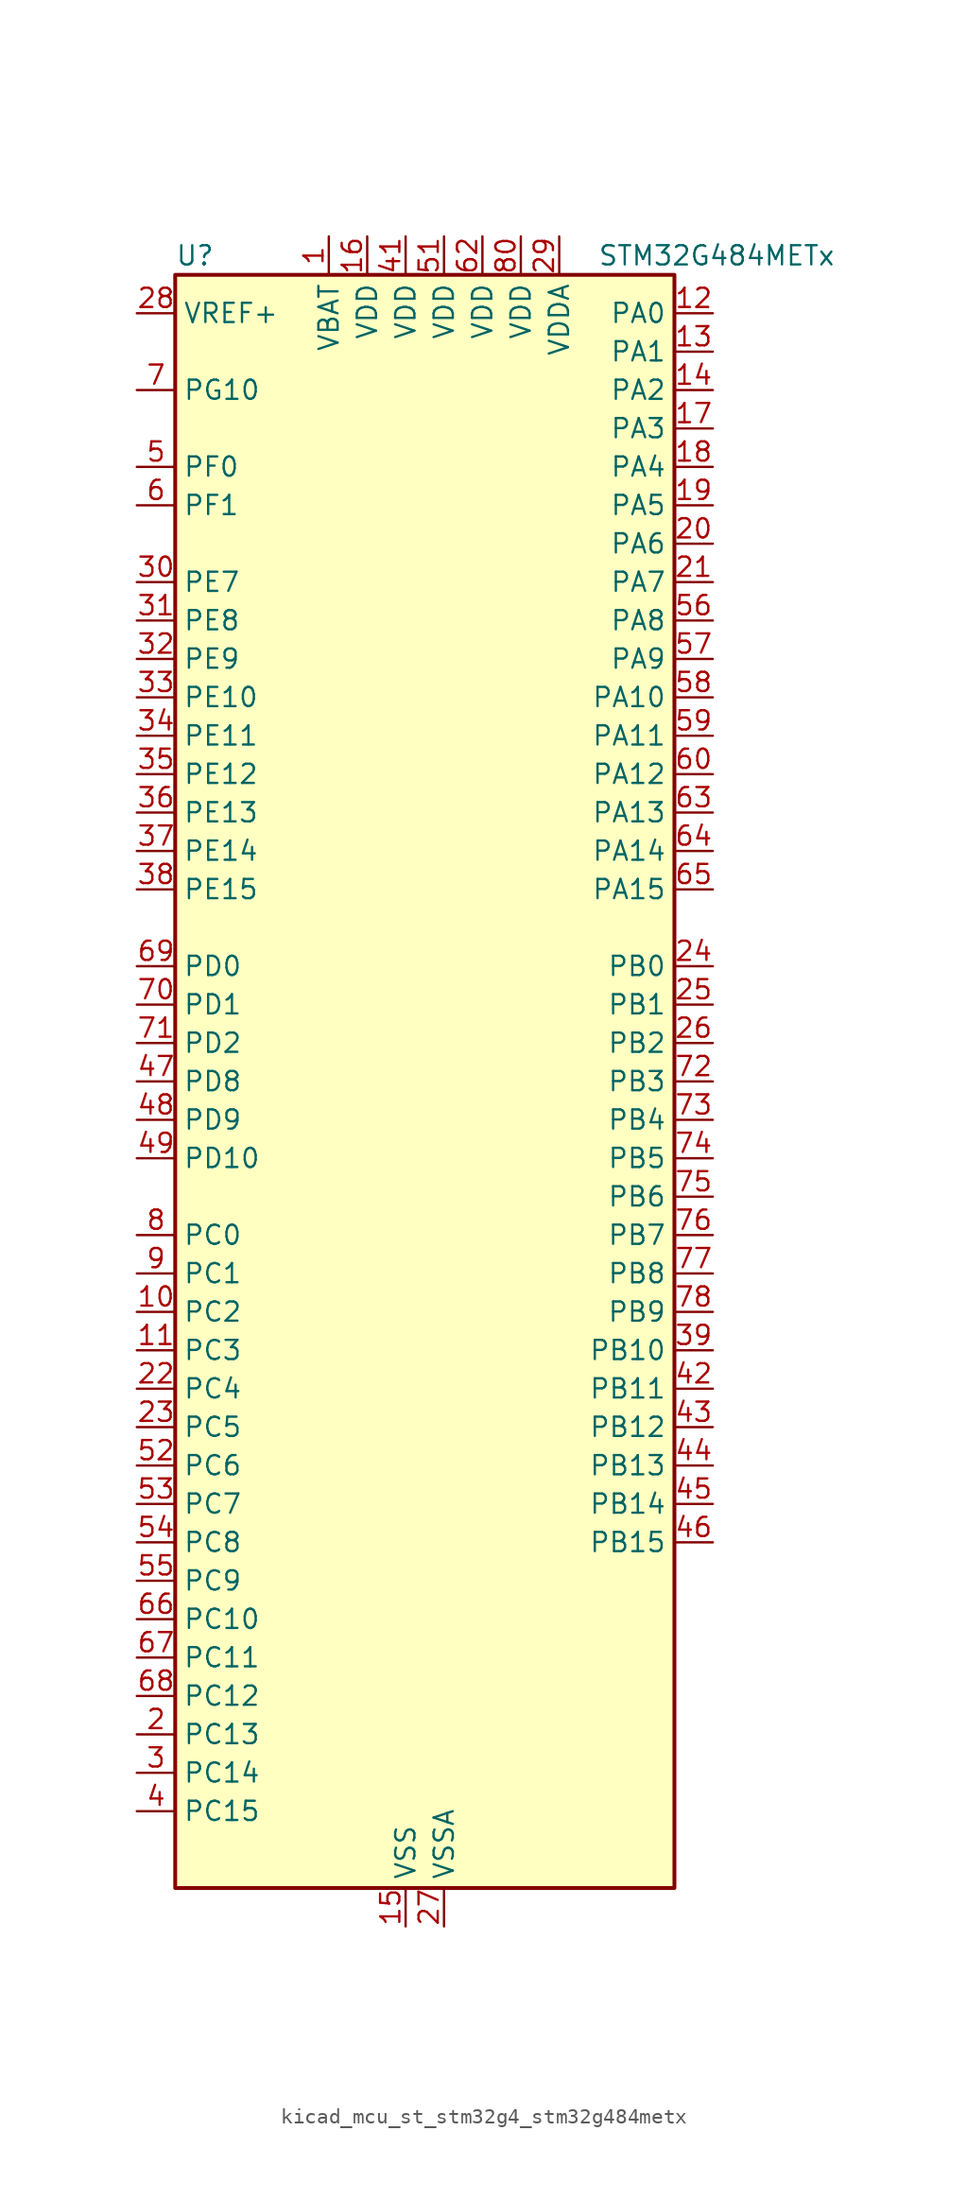
<source format=kicad_sym>
(kicad_symbol_lib
  (version 20220914)
  (generator kicad_symbol_editor)
  (symbol "kicad_mcu_st_stm32g4_stm32g484metx"
    (property "Reference" "U"
      (at -15.24 54.61 0)
      (effects (font (size 1.27 1.27)) (justify left)))
    (property "Value" "STM32G484METx"
      (at 12.7 54.61 0)
      (effects (font (size 1.27 1.27)) (justify left)))
    (property "ki_locked" ""
      (at 0 0 0)
      (effects (font (size 1.27 1.27))))
    (symbol "kicad_mcu_st_stm32g4_stm32g484metx_0_1"
      (rectangle (start -15.24 -53.34) (end 17.78 53.34) (stroke (width 0.254) (type default)) (fill (type background))))
    (symbol "kicad_mcu_st_stm32g4_stm32g484metx_1_1"
      (pin power_in line (at -5.08 55.88 270) (length 2.54) (name "VBAT" (effects (font (size 1.27 1.27)))) (number "1" (effects (font (size 1.27 1.27)))))
      (pin bidirectional line (at -17.78 -15.24 0) (length 2.54) (name "PC2" (effects (font (size 1.27 1.27)))) (number "10" (effects (font (size 1.27 1.27)))) (alternate "ADC1_IN8" bidirectional line) (alternate "ADC2_IN8" bidirectional line) (alternate "ADC3_EXTI2" bidirectional line) (alternate "ADC4_EXTI2" bidirectional line) (alternate "ADC5_EXTI2" bidirectional line) (alternate "COMP3_OUT" bidirectional line) (alternate "LPTIM1_IN2" bidirectional line) (alternate "QUADSPI1_BK2_IO1" bidirectional line) (alternate "TIM1_CH3" bidirectional line) (alternate "TIM20_CH2" bidirectional line))
      (pin bidirectional line (at -17.78 -17.78 0) (length 2.54) (name "PC3" (effects (font (size 1.27 1.27)))) (number "11" (effects (font (size 1.27 1.27)))) (alternate "ADC1_IN9" bidirectional line) (alternate "ADC2_IN9" bidirectional line) (alternate "ADC3_EXTI3" bidirectional line) (alternate "ADC4_EXTI3" bidirectional line) (alternate "ADC5_EXTI3" bidirectional line) (alternate "LPTIM1_ETR" bidirectional line) (alternate "OPAMP5_VINP" bidirectional line) (alternate "OPAMP5_VINP_SEC" bidirectional line) (alternate "QUADSPI1_BK2_IO2" bidirectional line) (alternate "SAI1_D1" bidirectional line) (alternate "SAI1_SD_A" bidirectional line) (alternate "TIM1_BKIN2" bidirectional line) (alternate "TIM1_CH4" bidirectional line))
      (pin bidirectional line (at 20.32 50.8 180) (length 2.54) (name "PA0" (effects (font (size 1.27 1.27)))) (number "12" (effects (font (size 1.27 1.27)))) (alternate "ADC1_IN1" bidirectional line) (alternate "ADC2_IN1" bidirectional line) (alternate "COMP1_INM" bidirectional line) (alternate "COMP1_OUT" bidirectional line) (alternate "COMP3_INP" bidirectional line) (alternate "RTC_TAMP2" bidirectional line) (alternate "SYS_WKUP1" bidirectional line) (alternate "TIM2_CH1" bidirectional line) (alternate "TIM2_ETR" bidirectional line) (alternate "TIM5_CH1" bidirectional line) (alternate "TIM8_BKIN" bidirectional line) (alternate "TIM8_ETR" bidirectional line) (alternate "USART2_CTS" bidirectional line) (alternate "USART2_NSS" bidirectional line))
      (pin bidirectional line (at 20.32 48.26 180) (length 2.54) (name "PA1" (effects (font (size 1.27 1.27)))) (number "13" (effects (font (size 1.27 1.27)))) (alternate "ADC1_IN2" bidirectional line) (alternate "ADC2_IN2" bidirectional line) (alternate "COMP1_INP" bidirectional line) (alternate "OPAMP1_VINP" bidirectional line) (alternate "OPAMP1_VINP_SEC" bidirectional line) (alternate "OPAMP3_VINP" bidirectional line) (alternate "OPAMP3_VINP_SEC" bidirectional line) (alternate "OPAMP6_VINM" bidirectional line) (alternate "OPAMP6_VINM0" bidirectional line) (alternate "OPAMP6_VINM_SEC" bidirectional line) (alternate "RTC_REFIN" bidirectional line) (alternate "TIM15_CH1N" bidirectional line) (alternate "TIM2_CH2" bidirectional line) (alternate "TIM5_CH2" bidirectional line) (alternate "USART2_DE" bidirectional line) (alternate "USART2_RTS" bidirectional line))
      (pin bidirectional line (at 20.32 45.72 180) (length 2.54) (name "PA2" (effects (font (size 1.27 1.27)))) (number "14" (effects (font (size 1.27 1.27)))) (alternate "ADC1_IN3" bidirectional line) (alternate "ADC3_EXTI2" bidirectional line) (alternate "ADC4_EXTI2" bidirectional line) (alternate "ADC5_EXTI2" bidirectional line) (alternate "COMP2_INM" bidirectional line) (alternate "COMP2_OUT" bidirectional line) (alternate "LPUART1_TX" bidirectional line) (alternate "OPAMP1_VOUT" bidirectional line) (alternate "QUADSPI1_BK1_NCS" bidirectional line) (alternate "RCC_LSCO" bidirectional line) (alternate "SYS_WKUP4" bidirectional line) (alternate "TIM15_CH1" bidirectional line) (alternate "TIM2_CH3" bidirectional line) (alternate "TIM5_CH3" bidirectional line) (alternate "UCPD1_FRSTX1" bidirectional line) (alternate "UCPD1_FRSTX2" bidirectional line) (alternate "USART2_TX" bidirectional line))
      (pin power_in line (at 0 -55.88 90) (length 2.54) (name "VSS" (effects (font (size 1.27 1.27)))) (number "15" (effects (font (size 1.27 1.27)))))
      (pin power_in line (at -2.54 55.88 270) (length 2.54) (name "VDD" (effects (font (size 1.27 1.27)))) (number "16" (effects (font (size 1.27 1.27)))))
      (pin bidirectional line (at 20.32 43.18 180) (length 2.54) (name "PA3" (effects (font (size 1.27 1.27)))) (number "17" (effects (font (size 1.27 1.27)))) (alternate "ADC1_IN4" bidirectional line) (alternate "ADC3_EXTI3" bidirectional line) (alternate "ADC4_EXTI3" bidirectional line) (alternate "ADC5_EXTI3" bidirectional line) (alternate "COMP2_INP" bidirectional line) (alternate "LPUART1_RX" bidirectional line) (alternate "OPAMP1_VINM" bidirectional line) (alternate "OPAMP1_VINM0" bidirectional line) (alternate "OPAMP1_VINM_SEC" bidirectional line) (alternate "OPAMP1_VINP" bidirectional line) (alternate "OPAMP1_VINP_SEC" bidirectional line) (alternate "OPAMP5_VINM" bidirectional line) (alternate "OPAMP5_VINM1" bidirectional line) (alternate "OPAMP5_VINM_SEC" bidirectional line) (alternate "QUADSPI1_CLK" bidirectional line) (alternate "SAI1_CK1" bidirectional line) (alternate "SAI1_MCLK_A" bidirectional line) (alternate "TIM15_CH2" bidirectional line) (alternate "TIM2_CH4" bidirectional line) (alternate "TIM5_CH4" bidirectional line) (alternate "USART2_RX" bidirectional line))
      (pin bidirectional line (at 20.32 40.64 180) (length 2.54) (name "PA4" (effects (font (size 1.27 1.27)))) (number "18" (effects (font (size 1.27 1.27)))) (alternate "ADC2_IN17" bidirectional line) (alternate "COMP1_INM" bidirectional line) (alternate "DAC1_OUT1" bidirectional line) (alternate "I2S3_WS" bidirectional line) (alternate "SAI1_FS_B" bidirectional line) (alternate "SPI1_NSS" bidirectional line) (alternate "SPI3_NSS" bidirectional line) (alternate "TIM3_CH2" bidirectional line) (alternate "USART2_CK" bidirectional line))
      (pin bidirectional line (at 20.32 38.1 180) (length 2.54) (name "PA5" (effects (font (size 1.27 1.27)))) (number "19" (effects (font (size 1.27 1.27)))) (alternate "ADC2_IN13" bidirectional line) (alternate "COMP2_INM" bidirectional line) (alternate "DAC1_OUT2" bidirectional line) (alternate "OPAMP2_VINM" bidirectional line) (alternate "OPAMP2_VINM0" bidirectional line) (alternate "OPAMP2_VINM_SEC" bidirectional line) (alternate "SPI1_SCK" bidirectional line) (alternate "TIM2_CH1" bidirectional line) (alternate "TIM2_ETR" bidirectional line) (alternate "UCPD1_FRSTX1" bidirectional line) (alternate "UCPD1_FRSTX2" bidirectional line))
      (pin bidirectional line (at -17.78 -43.18 0) (length 2.54) (name "PC13" (effects (font (size 1.27 1.27)))) (number "2" (effects (font (size 1.27 1.27)))) (alternate "RTC_OUT1" bidirectional line) (alternate "RTC_TAMP1" bidirectional line) (alternate "RTC_TS" bidirectional line) (alternate "SYS_WKUP2" bidirectional line) (alternate "TIM1_BKIN" bidirectional line) (alternate "TIM1_CH1N" bidirectional line) (alternate "TIM8_CH4N" bidirectional line))
      (pin bidirectional line (at 20.32 35.56 180) (length 2.54) (name "PA6" (effects (font (size 1.27 1.27)))) (number "20" (effects (font (size 1.27 1.27)))) (alternate "ADC2_IN3" bidirectional line) (alternate "COMP1_OUT" bidirectional line) (alternate "DAC2_OUT1" bidirectional line) (alternate "LPUART1_CTS" bidirectional line) (alternate "OPAMP2_VOUT" bidirectional line) (alternate "QUADSPI1_BK1_IO3" bidirectional line) (alternate "SPI1_MISO" bidirectional line) (alternate "TIM16_CH1" bidirectional line) (alternate "TIM1_BKIN" bidirectional line) (alternate "TIM3_CH1" bidirectional line) (alternate "TIM8_BKIN" bidirectional line))
      (pin bidirectional line (at 20.32 33.02 180) (length 2.54) (name "PA7" (effects (font (size 1.27 1.27)))) (number "21" (effects (font (size 1.27 1.27)))) (alternate "ADC2_IN4" bidirectional line) (alternate "COMP2_INP" bidirectional line) (alternate "COMP2_OUT" bidirectional line) (alternate "OPAMP1_VINP" bidirectional line) (alternate "OPAMP1_VINP_SEC" bidirectional line) (alternate "OPAMP2_VINP" bidirectional line) (alternate "OPAMP2_VINP_SEC" bidirectional line) (alternate "QUADSPI1_BK1_IO2" bidirectional line) (alternate "SPI1_MOSI" bidirectional line) (alternate "TIM17_CH1" bidirectional line) (alternate "TIM1_CH1N" bidirectional line) (alternate "TIM3_CH2" bidirectional line) (alternate "TIM8_CH1N" bidirectional line) (alternate "UCPD1_FRSTX1" bidirectional line) (alternate "UCPD1_FRSTX2" bidirectional line))
      (pin bidirectional line (at -17.78 -20.32 0) (length 2.54) (name "PC4" (effects (font (size 1.27 1.27)))) (number "22" (effects (font (size 1.27 1.27)))) (alternate "ADC2_IN5" bidirectional line) (alternate "I2C2_SCL" bidirectional line) (alternate "QUADSPI1_BK2_IO3" bidirectional line) (alternate "TIM1_ETR" bidirectional line) (alternate "USART1_TX" bidirectional line))
      (pin bidirectional line (at -17.78 -22.86 0) (length 2.54) (name "PC5" (effects (font (size 1.27 1.27)))) (number "23" (effects (font (size 1.27 1.27)))) (alternate "ADC2_IN11" bidirectional line) (alternate "HRTIM1_EEV10" bidirectional line) (alternate "OPAMP1_VINM" bidirectional line) (alternate "OPAMP1_VINM1" bidirectional line) (alternate "OPAMP1_VINM_SEC" bidirectional line) (alternate "OPAMP2_VINM" bidirectional line) (alternate "OPAMP2_VINM1" bidirectional line) (alternate "OPAMP2_VINM_SEC" bidirectional line) (alternate "SAI1_D3" bidirectional line) (alternate "SYS_WKUP5" bidirectional line) (alternate "TIM15_BKIN" bidirectional line) (alternate "TIM1_CH4N" bidirectional line) (alternate "USART1_RX" bidirectional line))
      (pin bidirectional line (at 20.32 7.62 180) (length 2.54) (name "PB0" (effects (font (size 1.27 1.27)))) (number "24" (effects (font (size 1.27 1.27)))) (alternate "ADC1_IN15" bidirectional line) (alternate "ADC3_IN12" bidirectional line) (alternate "COMP4_INP" bidirectional line) (alternate "HRTIM1_FLT5" bidirectional line) (alternate "OPAMP2_VINP" bidirectional line) (alternate "OPAMP2_VINP_SEC" bidirectional line) (alternate "OPAMP3_VINP" bidirectional line) (alternate "OPAMP3_VINP_SEC" bidirectional line) (alternate "QUADSPI1_BK1_IO1" bidirectional line) (alternate "TIM1_CH2N" bidirectional line) (alternate "TIM3_CH3" bidirectional line) (alternate "TIM8_CH2N" bidirectional line) (alternate "UCPD1_FRSTX1" bidirectional line) (alternate "UCPD1_FRSTX2" bidirectional line))
      (pin bidirectional line (at 20.32 5.08 180) (length 2.54) (name "PB1" (effects (font (size 1.27 1.27)))) (number "25" (effects (font (size 1.27 1.27)))) (alternate "ADC1_IN12" bidirectional line) (alternate "ADC3_IN1" bidirectional line) (alternate "COMP1_INP" bidirectional line) (alternate "COMP4_OUT" bidirectional line) (alternate "HRTIM1_SCOUT" bidirectional line) (alternate "LPUART1_DE" bidirectional line) (alternate "LPUART1_RTS" bidirectional line) (alternate "OPAMP3_VOUT" bidirectional line) (alternate "OPAMP6_VINM" bidirectional line) (alternate "OPAMP6_VINM1" bidirectional line) (alternate "OPAMP6_VINM_SEC" bidirectional line) (alternate "QUADSPI1_BK1_IO0" bidirectional line) (alternate "TIM1_CH3N" bidirectional line) (alternate "TIM3_CH4" bidirectional line) (alternate "TIM8_CH3N" bidirectional line))
      (pin bidirectional line (at 20.32 2.54 180) (length 2.54) (name "PB2" (effects (font (size 1.27 1.27)))) (number "26" (effects (font (size 1.27 1.27)))) (alternate "ADC2_IN12" bidirectional line) (alternate "ADC3_EXTI2" bidirectional line) (alternate "ADC4_EXTI2" bidirectional line) (alternate "ADC5_EXTI2" bidirectional line) (alternate "COMP4_INM" bidirectional line) (alternate "HRTIM1_SCIN" bidirectional line) (alternate "I2C3_SMBA" bidirectional line) (alternate "LPTIM1_OUT" bidirectional line) (alternate "OPAMP3_VINM" bidirectional line) (alternate "OPAMP3_VINM0" bidirectional line) (alternate "OPAMP3_VINM_SEC" bidirectional line) (alternate "QUADSPI1_BK2_IO1" bidirectional line) (alternate "RTC_OUT2" bidirectional line) (alternate "TIM20_CH1" bidirectional line) (alternate "TIM5_CH1" bidirectional line))
      (pin power_in line (at 2.54 -55.88 90) (length 2.54) (name "VSSA" (effects (font (size 1.27 1.27)))) (number "27" (effects (font (size 1.27 1.27)))))
      (pin input line (at -17.78 50.8 0) (length 2.54) (name "VREF+" (effects (font (size 1.27 1.27)))) (number "28" (effects (font (size 1.27 1.27)))) (alternate "VREFBUF_OUT" bidirectional line))
      (pin power_in line (at 10.16 55.88 270) (length 2.54) (name "VDDA" (effects (font (size 1.27 1.27)))) (number "29" (effects (font (size 1.27 1.27)))))
      (pin bidirectional line (at -17.78 -45.72 0) (length 2.54) (name "PC14" (effects (font (size 1.27 1.27)))) (number "3" (effects (font (size 1.27 1.27)))) (alternate "RCC_OSC32_IN" bidirectional line))
      (pin bidirectional line (at -17.78 33.02 0) (length 2.54) (name "PE7" (effects (font (size 1.27 1.27)))) (number "30" (effects (font (size 1.27 1.27)))) (alternate "ADC3_IN4" bidirectional line) (alternate "COMP4_INP" bidirectional line) (alternate "SAI1_SD_B" bidirectional line) (alternate "TIM1_ETR" bidirectional line))
      (pin bidirectional line (at -17.78 30.48 0) (length 2.54) (name "PE8" (effects (font (size 1.27 1.27)))) (number "31" (effects (font (size 1.27 1.27)))) (alternate "ADC3_IN6" bidirectional line) (alternate "ADC4_IN6" bidirectional line) (alternate "ADC5_IN6" bidirectional line) (alternate "COMP4_INM" bidirectional line) (alternate "SAI1_SCK_B" bidirectional line) (alternate "TIM1_CH1N" bidirectional line) (alternate "TIM5_CH3" bidirectional line))
      (pin bidirectional line (at -17.78 27.94 0) (length 2.54) (name "PE9" (effects (font (size 1.27 1.27)))) (number "32" (effects (font (size 1.27 1.27)))) (alternate "ADC3_IN2" bidirectional line) (alternate "DAC1_EXTI9" bidirectional line) (alternate "DAC2_EXTI9" bidirectional line) (alternate "DAC3_EXTI9" bidirectional line) (alternate "DAC4_EXTI9" bidirectional line) (alternate "SAI1_FS_B" bidirectional line) (alternate "TIM1_CH1" bidirectional line) (alternate "TIM5_CH4" bidirectional line))
      (pin bidirectional line (at -17.78 25.4 0) (length 2.54) (name "PE10" (effects (font (size 1.27 1.27)))) (number "33" (effects (font (size 1.27 1.27)))) (alternate "ADC3_IN14" bidirectional line) (alternate "ADC4_IN14" bidirectional line) (alternate "ADC5_IN14" bidirectional line) (alternate "DAC1_EXTI10" bidirectional line) (alternate "DAC2_EXTI10" bidirectional line) (alternate "DAC3_EXTI10" bidirectional line) (alternate "DAC4_EXTI10" bidirectional line) (alternate "QUADSPI1_CLK" bidirectional line) (alternate "SAI1_MCLK_B" bidirectional line) (alternate "TIM1_CH2N" bidirectional line))
      (pin bidirectional line (at -17.78 22.86 0) (length 2.54) (name "PE11" (effects (font (size 1.27 1.27)))) (number "34" (effects (font (size 1.27 1.27)))) (alternate "ADC1_EXTI11" bidirectional line) (alternate "ADC2_EXTI11" bidirectional line) (alternate "ADC3_IN15" bidirectional line) (alternate "ADC4_IN15" bidirectional line) (alternate "ADC5_IN15" bidirectional line) (alternate "QUADSPI1_BK1_NCS" bidirectional line) (alternate "SPI4_NSS" bidirectional line) (alternate "TIM1_CH2" bidirectional line))
      (pin bidirectional line (at -17.78 20.32 0) (length 2.54) (name "PE12" (effects (font (size 1.27 1.27)))) (number "35" (effects (font (size 1.27 1.27)))) (alternate "ADC3_IN16" bidirectional line) (alternate "ADC4_IN16" bidirectional line) (alternate "ADC5_IN16" bidirectional line) (alternate "QUADSPI1_BK1_IO0" bidirectional line) (alternate "SPI4_SCK" bidirectional line) (alternate "TIM1_CH3N" bidirectional line))
      (pin bidirectional line (at -17.78 17.78 0) (length 2.54) (name "PE13" (effects (font (size 1.27 1.27)))) (number "36" (effects (font (size 1.27 1.27)))) (alternate "ADC3_IN3" bidirectional line) (alternate "QUADSPI1_BK1_IO1" bidirectional line) (alternate "SPI4_MISO" bidirectional line) (alternate "TIM1_CH3" bidirectional line))
      (pin bidirectional line (at -17.78 15.24 0) (length 2.54) (name "PE14" (effects (font (size 1.27 1.27)))) (number "37" (effects (font (size 1.27 1.27)))) (alternate "ADC4_IN1" bidirectional line) (alternate "QUADSPI1_BK1_IO2" bidirectional line) (alternate "SPI4_MOSI" bidirectional line) (alternate "TIM1_BKIN2" bidirectional line) (alternate "TIM1_CH4" bidirectional line))
      (pin bidirectional line (at -17.78 12.7 0) (length 2.54) (name "PE15" (effects (font (size 1.27 1.27)))) (number "38" (effects (font (size 1.27 1.27)))) (alternate "ADC1_EXTI15" bidirectional line) (alternate "ADC2_EXTI15" bidirectional line) (alternate "ADC4_IN2" bidirectional line) (alternate "QUADSPI1_BK1_IO3" bidirectional line) (alternate "TIM1_BKIN" bidirectional line) (alternate "TIM1_CH4N" bidirectional line) (alternate "USART3_RX" bidirectional line))
      (pin bidirectional line (at 20.32 -17.78 180) (length 2.54) (name "PB10" (effects (font (size 1.27 1.27)))) (number "39" (effects (font (size 1.27 1.27)))) (alternate "COMP5_INM" bidirectional line) (alternate "DAC1_EXTI10" bidirectional line) (alternate "DAC2_EXTI10" bidirectional line) (alternate "DAC3_EXTI10" bidirectional line) (alternate "DAC4_EXTI10" bidirectional line) (alternate "HRTIM1_FLT3" bidirectional line) (alternate "LPUART1_RX" bidirectional line) (alternate "OPAMP3_VINM" bidirectional line) (alternate "OPAMP3_VINM1" bidirectional line) (alternate "OPAMP3_VINM_SEC" bidirectional line) (alternate "OPAMP4_VINM" bidirectional line) (alternate "OPAMP4_VINM0" bidirectional line) (alternate "OPAMP4_VINM_SEC" bidirectional line) (alternate "QUADSPI1_CLK" bidirectional line) (alternate "SAI1_SCK_A" bidirectional line) (alternate "TIM1_BKIN" bidirectional line) (alternate "TIM2_CH3" bidirectional line) (alternate "USART3_TX" bidirectional line))
      (pin bidirectional line (at -17.78 -48.26 0) (length 2.54) (name "PC15" (effects (font (size 1.27 1.27)))) (number "4" (effects (font (size 1.27 1.27)))) (alternate "ADC1_EXTI15" bidirectional line) (alternate "ADC2_EXTI15" bidirectional line) (alternate "RCC_OSC32_OUT" bidirectional line))
      (pin passive line (at 0 -55.88 90) (length 2.54) hide (name "VSS" (effects (font (size 1.27 1.27)))) (number "40" (effects (font (size 1.27 1.27)))))
      (pin power_in line (at 0 55.88 270) (length 2.54) (name "VDD" (effects (font (size 1.27 1.27)))) (number "41" (effects (font (size 1.27 1.27)))))
      (pin bidirectional line (at 20.32 -20.32 180) (length 2.54) (name "PB11" (effects (font (size 1.27 1.27)))) (number "42" (effects (font (size 1.27 1.27)))) (alternate "ADC1_EXTI11" bidirectional line) (alternate "ADC1_IN14" bidirectional line) (alternate "ADC2_EXTI11" bidirectional line) (alternate "ADC2_IN14" bidirectional line) (alternate "COMP6_INP" bidirectional line) (alternate "HRTIM1_FLT4" bidirectional line) (alternate "LPUART1_TX" bidirectional line) (alternate "OPAMP4_VINP" bidirectional line) (alternate "OPAMP4_VINP_SEC" bidirectional line) (alternate "OPAMP6_VOUT" bidirectional line) (alternate "QUADSPI1_BK1_NCS" bidirectional line) (alternate "TIM2_CH4" bidirectional line) (alternate "USART3_RX" bidirectional line))
      (pin bidirectional line (at 20.32 -22.86 180) (length 2.54) (name "PB12" (effects (font (size 1.27 1.27)))) (number "43" (effects (font (size 1.27 1.27)))) (alternate "ADC1_IN11" bidirectional line) (alternate "ADC4_IN3" bidirectional line) (alternate "COMP7_INM" bidirectional line) (alternate "FDCAN2_RX" bidirectional line) (alternate "HRTIM1_CHC1" bidirectional line) (alternate "I2C2_SMBA" bidirectional line) (alternate "I2S2_WS" bidirectional line) (alternate "LPUART1_DE" bidirectional line) (alternate "LPUART1_RTS" bidirectional line) (alternate "OPAMP4_VOUT" bidirectional line) (alternate "OPAMP6_VINP" bidirectional line) (alternate "OPAMP6_VINP_SEC" bidirectional line) (alternate "SPI2_NSS" bidirectional line) (alternate "TIM1_BKIN" bidirectional line) (alternate "TIM5_ETR" bidirectional line) (alternate "USART3_CK" bidirectional line))
      (pin bidirectional line (at 20.32 -25.4 180) (length 2.54) (name "PB13" (effects (font (size 1.27 1.27)))) (number "44" (effects (font (size 1.27 1.27)))) (alternate "ADC3_IN5" bidirectional line) (alternate "COMP5_INP" bidirectional line) (alternate "FDCAN2_TX" bidirectional line) (alternate "HRTIM1_CHC2" bidirectional line) (alternate "I2S2_CK" bidirectional line) (alternate "LPUART1_CTS" bidirectional line) (alternate "OPAMP3_VINP" bidirectional line) (alternate "OPAMP3_VINP_SEC" bidirectional line) (alternate "OPAMP4_VINP" bidirectional line) (alternate "OPAMP4_VINP_SEC" bidirectional line) (alternate "OPAMP6_VINP" bidirectional line) (alternate "OPAMP6_VINP_SEC" bidirectional line) (alternate "SPI2_SCK" bidirectional line) (alternate "TIM1_CH1N" bidirectional line) (alternate "USART3_CTS" bidirectional line) (alternate "USART3_NSS" bidirectional line))
      (pin bidirectional line (at 20.32 -27.94 180) (length 2.54) (name "PB14" (effects (font (size 1.27 1.27)))) (number "45" (effects (font (size 1.27 1.27)))) (alternate "ADC1_IN5" bidirectional line) (alternate "ADC4_IN4" bidirectional line) (alternate "COMP4_OUT" bidirectional line) (alternate "COMP7_INP" bidirectional line) (alternate "HRTIM1_CHD1" bidirectional line) (alternate "OPAMP2_VINP" bidirectional line) (alternate "OPAMP2_VINP_SEC" bidirectional line) (alternate "OPAMP5_VINP" bidirectional line) (alternate "OPAMP5_VINP_SEC" bidirectional line) (alternate "SPI2_MISO" bidirectional line) (alternate "TIM15_CH1" bidirectional line) (alternate "TIM1_CH2N" bidirectional line) (alternate "USART3_DE" bidirectional line) (alternate "USART3_RTS" bidirectional line))
      (pin bidirectional line (at 20.32 -30.48 180) (length 2.54) (name "PB15" (effects (font (size 1.27 1.27)))) (number "46" (effects (font (size 1.27 1.27)))) (alternate "ADC1_EXTI15" bidirectional line) (alternate "ADC2_EXTI15" bidirectional line) (alternate "ADC2_IN15" bidirectional line) (alternate "ADC4_IN5" bidirectional line) (alternate "COMP3_OUT" bidirectional line) (alternate "COMP6_INM" bidirectional line) (alternate "HRTIM1_CHD2" bidirectional line) (alternate "I2S2_SD" bidirectional line) (alternate "OPAMP5_VINM" bidirectional line) (alternate "OPAMP5_VINM0" bidirectional line) (alternate "OPAMP5_VINM_SEC" bidirectional line) (alternate "RTC_REFIN" bidirectional line) (alternate "SPI2_MOSI" bidirectional line) (alternate "TIM15_CH1N" bidirectional line) (alternate "TIM15_CH2" bidirectional line) (alternate "TIM1_CH3N" bidirectional line))
      (pin bidirectional line (at -17.78 0 0) (length 2.54) (name "PD8" (effects (font (size 1.27 1.27)))) (number "47" (effects (font (size 1.27 1.27)))) (alternate "ADC4_IN12" bidirectional line) (alternate "ADC5_IN12" bidirectional line) (alternate "OPAMP4_VINM" bidirectional line) (alternate "OPAMP4_VINM1" bidirectional line) (alternate "OPAMP4_VINM_SEC" bidirectional line) (alternate "USART3_TX" bidirectional line))
      (pin bidirectional line (at -17.78 -2.54 0) (length 2.54) (name "PD9" (effects (font (size 1.27 1.27)))) (number "48" (effects (font (size 1.27 1.27)))) (alternate "ADC4_IN13" bidirectional line) (alternate "ADC5_IN13" bidirectional line) (alternate "DAC1_EXTI9" bidirectional line) (alternate "DAC2_EXTI9" bidirectional line) (alternate "DAC3_EXTI9" bidirectional line) (alternate "DAC4_EXTI9" bidirectional line) (alternate "OPAMP6_VINP" bidirectional line) (alternate "OPAMP6_VINP_SEC" bidirectional line) (alternate "USART3_RX" bidirectional line))
      (pin bidirectional line (at -17.78 -5.08 0) (length 2.54) (name "PD10" (effects (font (size 1.27 1.27)))) (number "49" (effects (font (size 1.27 1.27)))) (alternate "ADC3_IN7" bidirectional line) (alternate "ADC4_IN7" bidirectional line) (alternate "ADC5_IN7" bidirectional line) (alternate "COMP6_INM" bidirectional line) (alternate "DAC1_EXTI10" bidirectional line) (alternate "DAC2_EXTI10" bidirectional line) (alternate "DAC3_EXTI10" bidirectional line) (alternate "DAC4_EXTI10" bidirectional line) (alternate "USART3_CK" bidirectional line))
      (pin bidirectional line (at -17.78 40.64 0) (length 2.54) (name "PF0" (effects (font (size 1.27 1.27)))) (number "5" (effects (font (size 1.27 1.27)))) (alternate "ADC1_IN10" bidirectional line) (alternate "I2C2_SDA" bidirectional line) (alternate "I2S2_WS" bidirectional line) (alternate "RCC_OSC_IN" bidirectional line) (alternate "SPI2_NSS" bidirectional line) (alternate "TIM1_CH3N" bidirectional line))
      (pin passive line (at 0 -55.88 90) (length 2.54) hide (name "VSS" (effects (font (size 1.27 1.27)))) (number "50" (effects (font (size 1.27 1.27)))))
      (pin power_in line (at 2.54 55.88 270) (length 2.54) (name "VDD" (effects (font (size 1.27 1.27)))) (number "51" (effects (font (size 1.27 1.27)))))
      (pin bidirectional line (at -17.78 -25.4 0) (length 2.54) (name "PC6" (effects (font (size 1.27 1.27)))) (number "52" (effects (font (size 1.27 1.27)))) (alternate "COMP6_OUT" bidirectional line) (alternate "HRTIM1_CHF1" bidirectional line) (alternate "HRTIM1_EEV10" bidirectional line) (alternate "I2C4_SCL" bidirectional line) (alternate "I2S2_MCK" bidirectional line) (alternate "TIM3_CH1" bidirectional line) (alternate "TIM8_CH1" bidirectional line))
      (pin bidirectional line (at -17.78 -27.94 0) (length 2.54) (name "PC7" (effects (font (size 1.27 1.27)))) (number "53" (effects (font (size 1.27 1.27)))) (alternate "COMP5_OUT" bidirectional line) (alternate "HRTIM1_CHF2" bidirectional line) (alternate "HRTIM1_FLT5" bidirectional line) (alternate "I2C4_SDA" bidirectional line) (alternate "I2S3_MCK" bidirectional line) (alternate "TIM3_CH2" bidirectional line) (alternate "TIM8_CH2" bidirectional line))
      (pin bidirectional line (at -17.78 -30.48 0) (length 2.54) (name "PC8" (effects (font (size 1.27 1.27)))) (number "54" (effects (font (size 1.27 1.27)))) (alternate "COMP7_OUT" bidirectional line) (alternate "HRTIM1_CHE1" bidirectional line) (alternate "I2C3_SCL" bidirectional line) (alternate "TIM20_CH3" bidirectional line) (alternate "TIM3_CH3" bidirectional line) (alternate "TIM8_CH3" bidirectional line))
      (pin bidirectional line (at -17.78 -33.02 0) (length 2.54) (name "PC9" (effects (font (size 1.27 1.27)))) (number "55" (effects (font (size 1.27 1.27)))) (alternate "DAC1_EXTI9" bidirectional line) (alternate "DAC2_EXTI9" bidirectional line) (alternate "DAC3_EXTI9" bidirectional line) (alternate "DAC4_EXTI9" bidirectional line) (alternate "HRTIM1_CHE2" bidirectional line) (alternate "I2C3_SDA" bidirectional line) (alternate "I2S_CKIN" bidirectional line) (alternate "TIM3_CH4" bidirectional line) (alternate "TIM8_BKIN2" bidirectional line) (alternate "TIM8_CH4" bidirectional line))
      (pin bidirectional line (at 20.32 30.48 180) (length 2.54) (name "PA8" (effects (font (size 1.27 1.27)))) (number "56" (effects (font (size 1.27 1.27)))) (alternate "ADC5_IN1" bidirectional line) (alternate "COMP7_OUT" bidirectional line) (alternate "FDCAN3_RX" bidirectional line) (alternate "HRTIM1_CHA1" bidirectional line) (alternate "I2C2_SDA" bidirectional line) (alternate "I2C3_SCL" bidirectional line) (alternate "I2S2_MCK" bidirectional line) (alternate "OPAMP5_VOUT" bidirectional line) (alternate "RCC_MCO" bidirectional line) (alternate "SAI1_CK2" bidirectional line) (alternate "SAI1_SCK_A" bidirectional line) (alternate "TIM1_CH1" bidirectional line) (alternate "TIM4_ETR" bidirectional line) (alternate "USART1_CK" bidirectional line))
      (pin bidirectional line (at 20.32 27.94 180) (length 2.54) (name "PA9" (effects (font (size 1.27 1.27)))) (number "57" (effects (font (size 1.27 1.27)))) (alternate "ADC5_IN2" bidirectional line) (alternate "COMP5_OUT" bidirectional line) (alternate "DAC1_EXTI9" bidirectional line) (alternate "DAC2_EXTI9" bidirectional line) (alternate "DAC3_EXTI9" bidirectional line) (alternate "DAC4_EXTI9" bidirectional line) (alternate "HRTIM1_CHA2" bidirectional line) (alternate "I2C2_SCL" bidirectional line) (alternate "I2C3_SMBA" bidirectional line) (alternate "I2S3_MCK" bidirectional line) (alternate "SAI1_FS_A" bidirectional line) (alternate "TIM15_BKIN" bidirectional line) (alternate "TIM1_CH2" bidirectional line) (alternate "TIM2_CH3" bidirectional line) (alternate "UCPD1_DBCC1" bidirectional line) (alternate "USART1_TX" bidirectional line))
      (pin bidirectional line (at 20.32 25.4 180) (length 2.54) (name "PA10" (effects (font (size 1.27 1.27)))) (number "58" (effects (font (size 1.27 1.27)))) (alternate "COMP6_OUT" bidirectional line) (alternate "CRS_SYNC" bidirectional line) (alternate "DAC1_EXTI10" bidirectional line) (alternate "DAC2_EXTI10" bidirectional line) (alternate "DAC3_EXTI10" bidirectional line) (alternate "DAC4_EXTI10" bidirectional line) (alternate "HRTIM1_CHB1" bidirectional line) (alternate "I2C2_SMBA" bidirectional line) (alternate "SAI1_D1" bidirectional line) (alternate "SAI1_SD_A" bidirectional line) (alternate "SPI2_MISO" bidirectional line) (alternate "TIM17_BKIN" bidirectional line) (alternate "TIM1_CH3" bidirectional line) (alternate "TIM2_CH4" bidirectional line) (alternate "TIM8_BKIN" bidirectional line) (alternate "UCPD1_DBCC2" bidirectional line) (alternate "USART1_RX" bidirectional line))
      (pin bidirectional line (at 20.32 22.86 180) (length 2.54) (name "PA11" (effects (font (size 1.27 1.27)))) (number "59" (effects (font (size 1.27 1.27)))) (alternate "ADC1_EXTI11" bidirectional line) (alternate "ADC2_EXTI11" bidirectional line) (alternate "COMP1_OUT" bidirectional line) (alternate "FDCAN1_RX" bidirectional line) (alternate "HRTIM1_CHB2" bidirectional line) (alternate "I2S2_SD" bidirectional line) (alternate "SPI2_MOSI" bidirectional line) (alternate "TIM1_BKIN2" bidirectional line) (alternate "TIM1_CH1N" bidirectional line) (alternate "TIM1_CH4" bidirectional line) (alternate "TIM4_CH1" bidirectional line) (alternate "USART1_CTS" bidirectional line) (alternate "USART1_NSS" bidirectional line) (alternate "USB_DM" bidirectional line))
      (pin bidirectional line (at -17.78 38.1 0) (length 2.54) (name "PF1" (effects (font (size 1.27 1.27)))) (number "6" (effects (font (size 1.27 1.27)))) (alternate "ADC2_IN10" bidirectional line) (alternate "COMP3_INM" bidirectional line) (alternate "I2S2_CK" bidirectional line) (alternate "RCC_OSC_OUT" bidirectional line) (alternate "SPI2_SCK" bidirectional line))
      (pin bidirectional line (at 20.32 20.32 180) (length 2.54) (name "PA12" (effects (font (size 1.27 1.27)))) (number "60" (effects (font (size 1.27 1.27)))) (alternate "COMP2_OUT" bidirectional line) (alternate "FDCAN1_TX" bidirectional line) (alternate "HRTIM1_FLT1" bidirectional line) (alternate "I2S_CKIN" bidirectional line) (alternate "TIM16_CH1" bidirectional line) (alternate "TIM1_CH2N" bidirectional line) (alternate "TIM1_ETR" bidirectional line) (alternate "TIM4_CH2" bidirectional line) (alternate "USART1_DE" bidirectional line) (alternate "USART1_RTS" bidirectional line) (alternate "USB_DP" bidirectional line))
      (pin passive line (at 0 -55.88 90) (length 2.54) hide (name "VSS" (effects (font (size 1.27 1.27)))) (number "61" (effects (font (size 1.27 1.27)))))
      (pin power_in line (at 5.08 55.88 270) (length 2.54) (name "VDD" (effects (font (size 1.27 1.27)))) (number "62" (effects (font (size 1.27 1.27)))))
      (pin bidirectional line (at 20.32 17.78 180) (length 2.54) (name "PA13" (effects (font (size 1.27 1.27)))) (number "63" (effects (font (size 1.27 1.27)))) (alternate "I2C1_SCL" bidirectional line) (alternate "I2C4_SCL" bidirectional line) (alternate "IR_OUT" bidirectional line) (alternate "SAI1_SD_B" bidirectional line) (alternate "SYS_JTMS-SWDIO" bidirectional line) (alternate "TIM16_CH1N" bidirectional line) (alternate "TIM4_CH3" bidirectional line) (alternate "USART3_CTS" bidirectional line) (alternate "USART3_NSS" bidirectional line))
      (pin bidirectional line (at 20.32 15.24 180) (length 2.54) (name "PA14" (effects (font (size 1.27 1.27)))) (number "64" (effects (font (size 1.27 1.27)))) (alternate "I2C1_SDA" bidirectional line) (alternate "I2C4_SMBA" bidirectional line) (alternate "LPTIM1_OUT" bidirectional line) (alternate "SAI1_FS_B" bidirectional line) (alternate "SYS_JTCK-SWCLK" bidirectional line) (alternate "TIM1_BKIN" bidirectional line) (alternate "TIM8_CH2" bidirectional line) (alternate "USART2_TX" bidirectional line))
      (pin bidirectional line (at 20.32 12.7 180) (length 2.54) (name "PA15" (effects (font (size 1.27 1.27)))) (number "65" (effects (font (size 1.27 1.27)))) (alternate "ADC1_EXTI15" bidirectional line) (alternate "ADC2_EXTI15" bidirectional line) (alternate "FDCAN3_TX" bidirectional line) (alternate "HRTIM1_FLT2" bidirectional line) (alternate "I2C1_SCL" bidirectional line) (alternate "I2S3_WS" bidirectional line) (alternate "SPI1_NSS" bidirectional line) (alternate "SPI3_NSS" bidirectional line) (alternate "SYS_JTDI" bidirectional line) (alternate "TIM1_BKIN" bidirectional line) (alternate "TIM2_CH1" bidirectional line) (alternate "TIM2_ETR" bidirectional line) (alternate "TIM8_CH1" bidirectional line) (alternate "UART4_DE" bidirectional line) (alternate "UART4_RTS" bidirectional line) (alternate "USART2_RX" bidirectional line))
      (pin bidirectional line (at -17.78 -35.56 0) (length 2.54) (name "PC10" (effects (font (size 1.27 1.27)))) (number "66" (effects (font (size 1.27 1.27)))) (alternate "DAC1_EXTI10" bidirectional line) (alternate "DAC2_EXTI10" bidirectional line) (alternate "DAC3_EXTI10" bidirectional line) (alternate "DAC4_EXTI10" bidirectional line) (alternate "HRTIM1_FLT6" bidirectional line) (alternate "I2S3_CK" bidirectional line) (alternate "SPI3_SCK" bidirectional line) (alternate "TIM8_CH1N" bidirectional line) (alternate "UART4_TX" bidirectional line) (alternate "USART3_TX" bidirectional line))
      (pin bidirectional line (at -17.78 -38.1 0) (length 2.54) (name "PC11" (effects (font (size 1.27 1.27)))) (number "67" (effects (font (size 1.27 1.27)))) (alternate "ADC1_EXTI11" bidirectional line) (alternate "ADC2_EXTI11" bidirectional line) (alternate "HRTIM1_EEV2" bidirectional line) (alternate "I2C3_SDA" bidirectional line) (alternate "SPI3_MISO" bidirectional line) (alternate "TIM8_CH2N" bidirectional line) (alternate "UART4_RX" bidirectional line) (alternate "USART3_RX" bidirectional line))
      (pin bidirectional line (at -17.78 -40.64 0) (length 2.54) (name "PC12" (effects (font (size 1.27 1.27)))) (number "68" (effects (font (size 1.27 1.27)))) (alternate "HRTIM1_EEV1" bidirectional line) (alternate "I2S3_SD" bidirectional line) (alternate "SPI3_MOSI" bidirectional line) (alternate "TIM5_CH2" bidirectional line) (alternate "TIM8_CH3N" bidirectional line) (alternate "UART5_TX" bidirectional line) (alternate "UCPD1_FRSTX1" bidirectional line) (alternate "UCPD1_FRSTX2" bidirectional line) (alternate "USART3_CK" bidirectional line))
      (pin bidirectional line (at -17.78 7.62 0) (length 2.54) (name "PD0" (effects (font (size 1.27 1.27)))) (number "69" (effects (font (size 1.27 1.27)))) (alternate "FDCAN1_RX" bidirectional line) (alternate "TIM8_CH4N" bidirectional line))
      (pin bidirectional line (at -17.78 45.72 0) (length 2.54) (name "PG10" (effects (font (size 1.27 1.27)))) (number "7" (effects (font (size 1.27 1.27)))) (alternate "DAC1_EXTI10" bidirectional line) (alternate "DAC2_EXTI10" bidirectional line) (alternate "DAC3_EXTI10" bidirectional line) (alternate "DAC4_EXTI10" bidirectional line) (alternate "RCC_MCO" bidirectional line))
      (pin bidirectional line (at -17.78 5.08 0) (length 2.54) (name "PD1" (effects (font (size 1.27 1.27)))) (number "70" (effects (font (size 1.27 1.27)))) (alternate "FDCAN1_TX" bidirectional line) (alternate "TIM8_BKIN2" bidirectional line) (alternate "TIM8_CH4" bidirectional line))
      (pin bidirectional line (at -17.78 2.54 0) (length 2.54) (name "PD2" (effects (font (size 1.27 1.27)))) (number "71" (effects (font (size 1.27 1.27)))) (alternate "ADC3_EXTI2" bidirectional line) (alternate "ADC4_EXTI2" bidirectional line) (alternate "ADC5_EXTI2" bidirectional line) (alternate "TIM3_ETR" bidirectional line) (alternate "TIM8_BKIN" bidirectional line) (alternate "UART5_RX" bidirectional line))
      (pin bidirectional line (at 20.32 0 180) (length 2.54) (name "PB3" (effects (font (size 1.27 1.27)))) (number "72" (effects (font (size 1.27 1.27)))) (alternate "ADC3_EXTI3" bidirectional line) (alternate "ADC4_EXTI3" bidirectional line) (alternate "ADC5_EXTI3" bidirectional line) (alternate "CRS_SYNC" bidirectional line) (alternate "FDCAN3_RX" bidirectional line) (alternate "HRTIM1_EEV9" bidirectional line) (alternate "HRTIM1_SCOUT" bidirectional line) (alternate "I2S3_CK" bidirectional line) (alternate "SAI1_SCK_B" bidirectional line) (alternate "SPI1_SCK" bidirectional line) (alternate "SPI3_SCK" bidirectional line) (alternate "SYS_JTDO-SWO" bidirectional line) (alternate "TIM2_CH2" bidirectional line) (alternate "TIM3_ETR" bidirectional line) (alternate "TIM4_ETR" bidirectional line) (alternate "TIM8_CH1N" bidirectional line) (alternate "USART2_TX" bidirectional line))
      (pin bidirectional line (at 20.32 -2.54 180) (length 2.54) (name "PB4" (effects (font (size 1.27 1.27)))) (number "73" (effects (font (size 1.27 1.27)))) (alternate "FDCAN3_TX" bidirectional line) (alternate "HRTIM1_EEV7" bidirectional line) (alternate "SAI1_MCLK_B" bidirectional line) (alternate "SPI1_MISO" bidirectional line) (alternate "SPI3_MISO" bidirectional line) (alternate "SYS_JTRST" bidirectional line) (alternate "TIM16_CH1" bidirectional line) (alternate "TIM17_BKIN" bidirectional line) (alternate "TIM3_CH1" bidirectional line) (alternate "TIM8_CH2N" bidirectional line) (alternate "UART5_DE" bidirectional line) (alternate "UART5_RTS" bidirectional line) (alternate "UCPD1_CC2" bidirectional line) (alternate "USART2_RX" bidirectional line))
      (pin bidirectional line (at 20.32 -5.08 180) (length 2.54) (name "PB5" (effects (font (size 1.27 1.27)))) (number "74" (effects (font (size 1.27 1.27)))) (alternate "FDCAN2_RX" bidirectional line) (alternate "HRTIM1_EEV6" bidirectional line) (alternate "I2C1_SMBA" bidirectional line) (alternate "I2C3_SDA" bidirectional line) (alternate "I2S3_SD" bidirectional line) (alternate "LPTIM1_IN1" bidirectional line) (alternate "SAI1_SD_B" bidirectional line) (alternate "SPI1_MOSI" bidirectional line) (alternate "SPI3_MOSI" bidirectional line) (alternate "TIM16_BKIN" bidirectional line) (alternate "TIM17_CH1" bidirectional line) (alternate "TIM3_CH2" bidirectional line) (alternate "TIM8_CH3N" bidirectional line) (alternate "UART5_CTS" bidirectional line) (alternate "USART2_CK" bidirectional line))
      (pin bidirectional line (at 20.32 -7.62 180) (length 2.54) (name "PB6" (effects (font (size 1.27 1.27)))) (number "75" (effects (font (size 1.27 1.27)))) (alternate "COMP4_OUT" bidirectional line) (alternate "FDCAN2_TX" bidirectional line) (alternate "HRTIM1_EEV4" bidirectional line) (alternate "HRTIM1_SCIN" bidirectional line) (alternate "LPTIM1_ETR" bidirectional line) (alternate "SAI1_FS_B" bidirectional line) (alternate "TIM16_CH1N" bidirectional line) (alternate "TIM4_CH1" bidirectional line) (alternate "TIM8_BKIN2" bidirectional line) (alternate "TIM8_CH1" bidirectional line) (alternate "TIM8_ETR" bidirectional line) (alternate "UCPD1_CC1" bidirectional line) (alternate "USART1_TX" bidirectional line))
      (pin bidirectional line (at 20.32 -10.16 180) (length 2.54) (name "PB7" (effects (font (size 1.27 1.27)))) (number "76" (effects (font (size 1.27 1.27)))) (alternate "COMP3_OUT" bidirectional line) (alternate "HRTIM1_EEV3" bidirectional line) (alternate "I2C1_SDA" bidirectional line) (alternate "I2C4_SDA" bidirectional line) (alternate "LPTIM1_IN2" bidirectional line) (alternate "SYS_PVD_IN" bidirectional line) (alternate "TIM17_CH1N" bidirectional line) (alternate "TIM3_CH4" bidirectional line) (alternate "TIM4_CH2" bidirectional line) (alternate "TIM8_BKIN" bidirectional line) (alternate "UART4_CTS" bidirectional line) (alternate "USART1_RX" bidirectional line))
      (pin bidirectional line (at 20.32 -12.7 180) (length 2.54) (name "PB8" (effects (font (size 1.27 1.27)))) (number "77" (effects (font (size 1.27 1.27)))) (alternate "COMP1_OUT" bidirectional line) (alternate "FDCAN1_RX" bidirectional line) (alternate "HRTIM1_EEV8" bidirectional line) (alternate "I2C1_SCL" bidirectional line) (alternate "SAI1_CK1" bidirectional line) (alternate "SAI1_MCLK_A" bidirectional line) (alternate "TIM16_CH1" bidirectional line) (alternate "TIM1_BKIN" bidirectional line) (alternate "TIM4_CH3" bidirectional line) (alternate "TIM8_CH2" bidirectional line) (alternate "USART3_RX" bidirectional line))
      (pin bidirectional line (at 20.32 -15.24 180) (length 2.54) (name "PB9" (effects (font (size 1.27 1.27)))) (number "78" (effects (font (size 1.27 1.27)))) (alternate "COMP2_OUT" bidirectional line) (alternate "DAC1_EXTI9" bidirectional line) (alternate "DAC2_EXTI9" bidirectional line) (alternate "DAC3_EXTI9" bidirectional line) (alternate "DAC4_EXTI9" bidirectional line) (alternate "FDCAN1_TX" bidirectional line) (alternate "HRTIM1_EEV5" bidirectional line) (alternate "I2C1_SDA" bidirectional line) (alternate "IR_OUT" bidirectional line) (alternate "SAI1_D2" bidirectional line) (alternate "SAI1_FS_A" bidirectional line) (alternate "TIM17_CH1" bidirectional line) (alternate "TIM1_CH3N" bidirectional line) (alternate "TIM4_CH4" bidirectional line) (alternate "TIM8_CH3" bidirectional line) (alternate "USART3_TX" bidirectional line))
      (pin passive line (at 0 -55.88 90) (length 2.54) hide (name "VSS" (effects (font (size 1.27 1.27)))) (number "79" (effects (font (size 1.27 1.27)))))
      (pin bidirectional line (at -17.78 -10.16 0) (length 2.54) (name "PC0" (effects (font (size 1.27 1.27)))) (number "8" (effects (font (size 1.27 1.27)))) (alternate "ADC1_IN6" bidirectional line) (alternate "ADC2_IN6" bidirectional line) (alternate "COMP3_INM" bidirectional line) (alternate "LPTIM1_IN1" bidirectional line) (alternate "LPUART1_RX" bidirectional line) (alternate "TIM1_CH1" bidirectional line))
      (pin power_in line (at 7.62 55.88 270) (length 2.54) (name "VDD" (effects (font (size 1.27 1.27)))) (number "80" (effects (font (size 1.27 1.27)))))
      (pin bidirectional line (at -17.78 -12.7 0) (length 2.54) (name "PC1" (effects (font (size 1.27 1.27)))) (number "9" (effects (font (size 1.27 1.27)))) (alternate "ADC1_IN7" bidirectional line) (alternate "ADC2_IN7" bidirectional line) (alternate "COMP3_INP" bidirectional line) (alternate "LPTIM1_OUT" bidirectional line) (alternate "LPUART1_TX" bidirectional line) (alternate "QUADSPI1_BK2_IO0" bidirectional line) (alternate "SAI1_SD_A" bidirectional line) (alternate "TIM1_CH2" bidirectional line)))))
</source>
